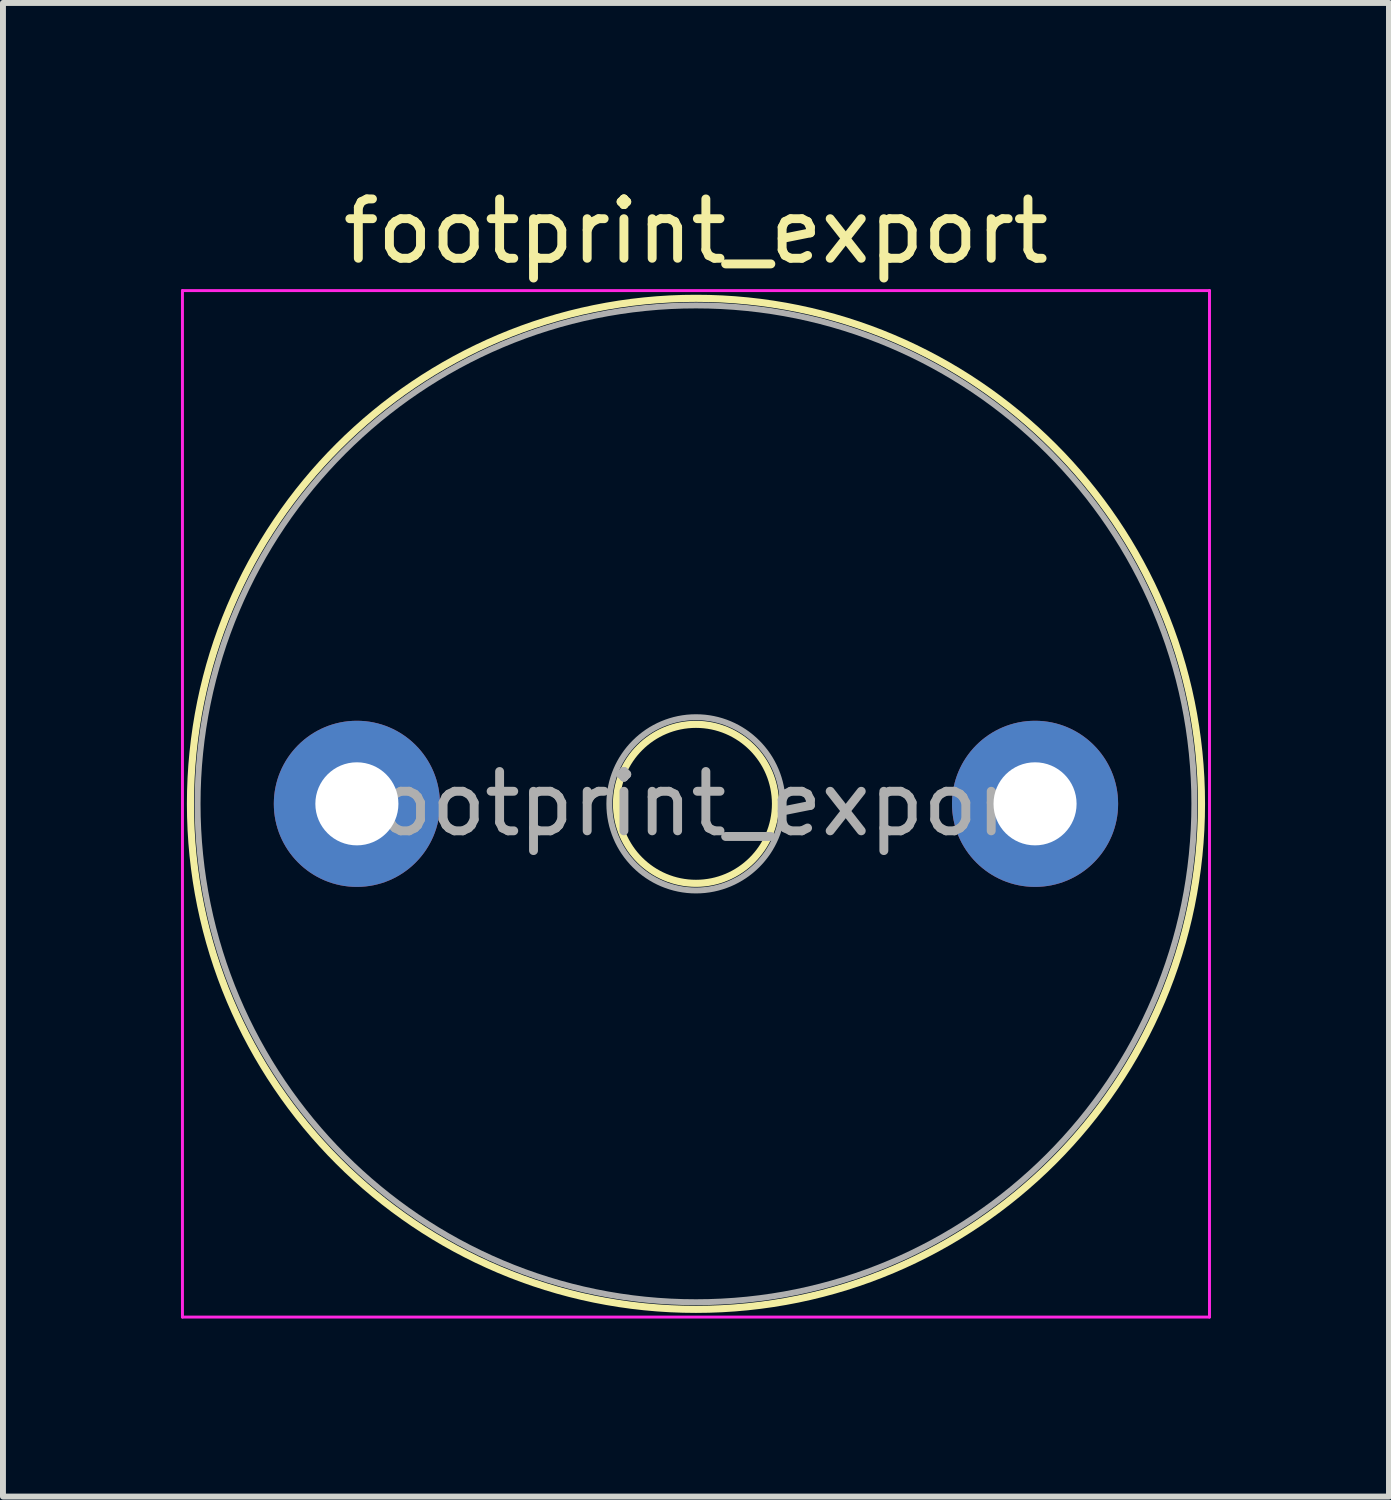
<source format=kicad_pcb>
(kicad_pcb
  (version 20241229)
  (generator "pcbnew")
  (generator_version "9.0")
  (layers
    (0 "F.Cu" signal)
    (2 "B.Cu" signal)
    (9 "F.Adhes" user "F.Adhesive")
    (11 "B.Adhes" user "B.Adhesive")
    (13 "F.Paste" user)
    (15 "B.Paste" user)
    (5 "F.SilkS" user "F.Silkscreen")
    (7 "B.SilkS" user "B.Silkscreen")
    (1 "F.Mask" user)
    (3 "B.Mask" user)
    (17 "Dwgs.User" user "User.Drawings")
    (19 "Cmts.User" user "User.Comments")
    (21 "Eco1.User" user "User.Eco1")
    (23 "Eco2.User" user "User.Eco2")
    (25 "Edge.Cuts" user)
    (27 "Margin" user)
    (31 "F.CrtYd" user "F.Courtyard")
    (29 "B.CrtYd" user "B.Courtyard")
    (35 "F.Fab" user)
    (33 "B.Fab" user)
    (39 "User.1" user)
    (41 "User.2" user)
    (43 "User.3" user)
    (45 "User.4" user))
  (footprint "footprint_export"
    (layer "F.Cu")
    (at 2.965 10.498)
    (property "Reference" "footprint_export" (at 5.715 -9.65 0) (layer "F.SilkS") (effects (font (size 1 1) (thickness 0.15))))
    (attr through_hole)
    (fp_circle (center 5.715 0) (end 7.055 0) (stroke (width 0.12) (type solid)) (fill no) (layer "F.SilkS"))
    (fp_circle (center 5.715 0) (end 14.235 0) (stroke (width 0.12) (type solid)) (fill no) (layer "F.SilkS"))
    (fp_line (start -2.94 -8.65) (end -2.94 8.65) (stroke (width 0.05) (type solid)) (layer "F.CrtYd"))
    (fp_line (start -2.94 8.65) (end 14.37 8.65) (stroke (width 0.05) (type solid)) (layer "F.CrtYd"))
    (fp_line (start 14.37 -8.65) (end -2.94 -8.65) (stroke (width 0.05) (type solid)) (layer "F.CrtYd"))
    (fp_line (start 14.37 8.65) (end 14.37 -8.65) (stroke (width 0.05) (type solid)) (layer "F.CrtYd"))
    (fp_circle (center 5.715 0) (end 7.175 0) (stroke (width 0.1) (type solid)) (fill no) (layer "F.Fab"))
    (fp_circle (center 5.715 0) (end 14.115 0) (stroke (width 0.1) (type solid)) (fill no) (layer "F.Fab"))
    (fp_text user "${REFERENCE}" (at 5.715 0 0) (layer "F.Fab") (effects (font (size 1 1) (thickness 0.15))))
    (pad "1" thru_hole circle (at 0 0) (size 2.8 2.8) (drill 1.4) (layers "*.Cu" "*.Mask"))
    (pad "2" thru_hole circle (at 11.43 0) (size 2.8 2.8) (drill 1.4) (layers "*.Cu" "*.Mask")))
  (gr_rect
    (start -3 -3)
    (end 20.36 22.173)
    (stroke (width 0.1) (type default))
    (fill no)
    (layer "Edge.Cuts")))
</source>
